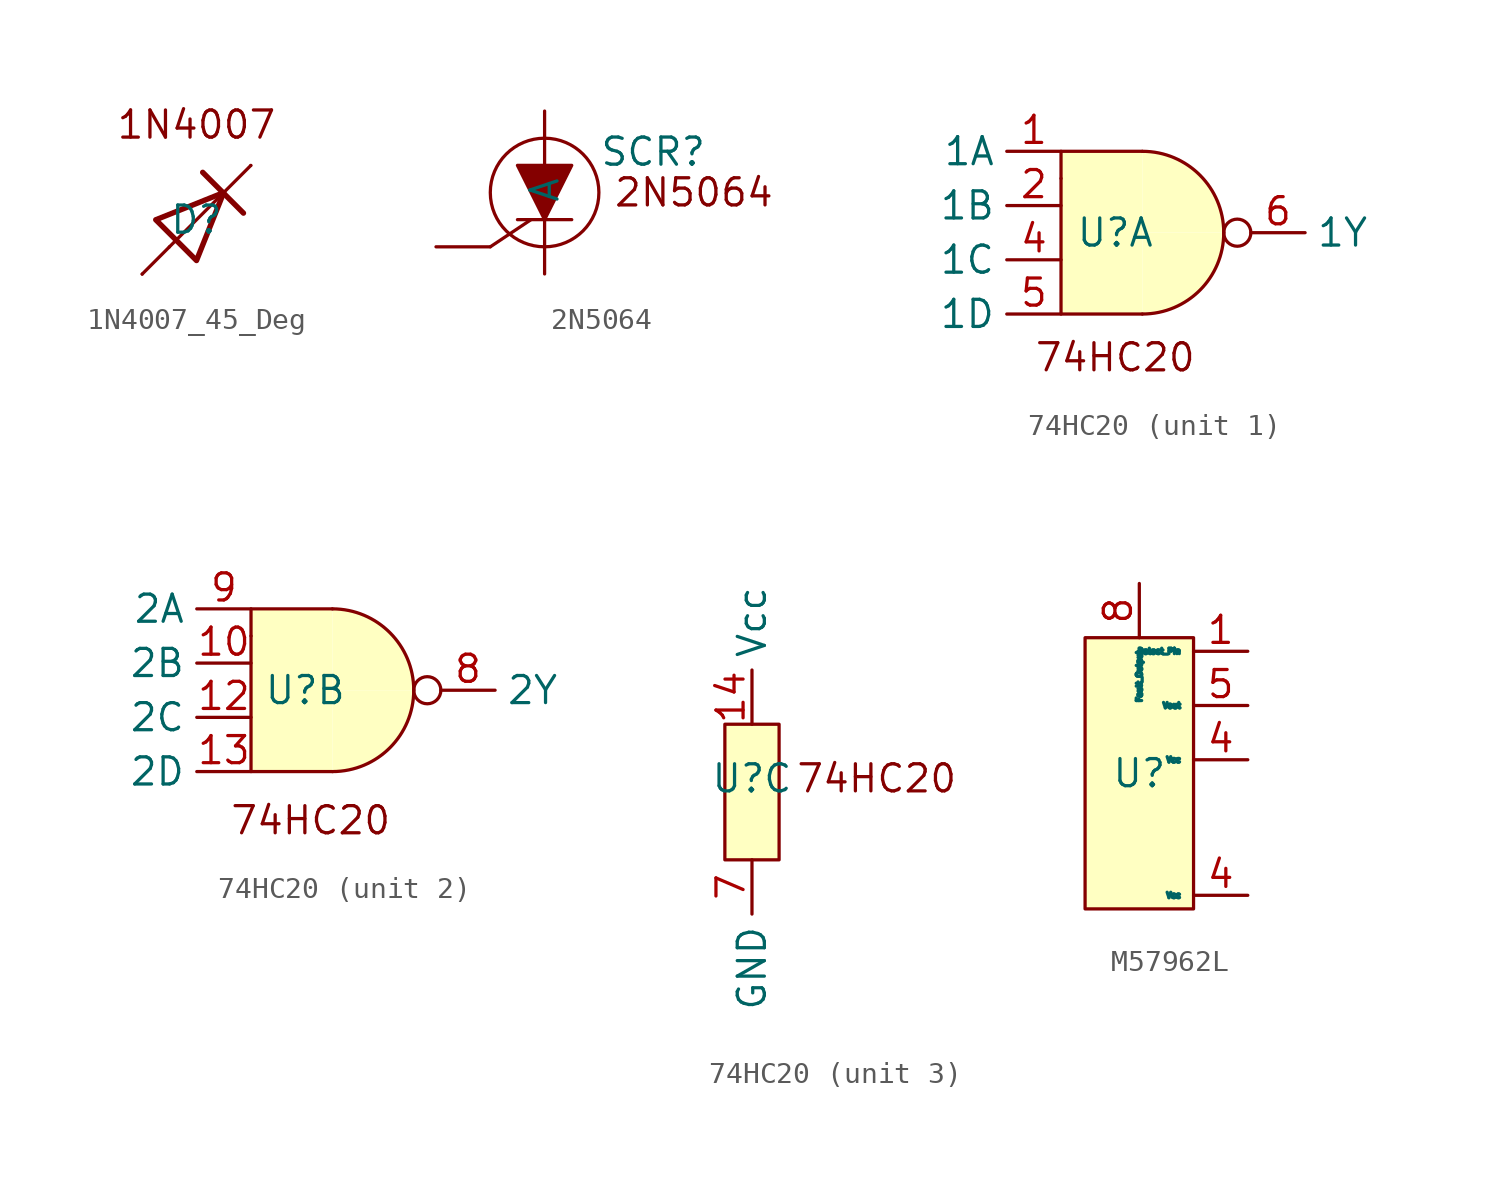
<source format=kicad_sym>
(kicad_symbol_lib
  (version 20231120)
  (generator "kicad_symbol_editor")
  (generator_version "8.0")
  (symbol "1N4007_45_Deg"
    (property "Reference" "D"
      (at 0 0 0)
      (effects (font (size 1.27 1.27))))
    (property "Value" ""
      (at -1.27 -1.27 0)
      (effects (font (size 1.27 1.27))))
    (symbol "1N4007_45_Deg_0_1"
      (polyline (pts (xy -1.27 -1.27) (xy -2.54 -2.54)) (stroke (width 0) (type default)) (fill (type none)))
      (polyline (pts (xy -1.27 -1.27) (xy 2.54 2.54)) (stroke (width 0) (type default)) (fill (type none))))
    (symbol "1N4007_45_Deg_1_1"
      (polyline (pts (xy 0.29 2.217) (xy 2.195 0.312)) (stroke (width 0.254) (type default)) (fill (type none)))
      (polyline (pts (xy -1.905 0) (xy 0 -1.905) (xy 1.27 1.27) (xy -1.905 0)) (stroke (width 0.254) (type solid)) (fill (type none)))
      (text "1N4007" (at 0 4.445 0) (effects (font (size 1.27 1.27))))
      (pin passive line (at -2.54 -2.54 180) (length 0) (name "~" (effects (font (size 1.27 1.27)))) (number "" (effects (font (size 1.27 1.27)))))
      (pin passive line (at 2.54 2.54 0) (length 0) (name "~" (effects (font (size 1.27 1.27)))) (number "" (effects (font (size 1.27 1.27)))))))
  (symbol "2N5064"
    (property "Reference" "SCR"
      (at 5.08 3.175 0)
      (effects (font (size 1.27 1.27))))
    (property "Value" ""
      (at 0 0 0)
      (effects (font (size 1.27 1.27))))
    (symbol "2N5064_0_1"
      (polyline (pts (xy -2.54 -1.27) (xy -0.635 0)) (stroke (width 0) (type default)) (fill (type none)))
      (polyline (pts (xy -1.27 0) (xy 1.27 0)) (stroke (width 0) (type default)) (fill (type none)))
      (circle (center 0 1.27) (radius 2.54) (stroke (width 0) (type default)) (fill (type none))))
    (symbol "2N5064_1_1"
      (polyline (pts (xy 0 0) (xy 1.27 2.54) (xy -1.27 2.54) (xy 0 0)) (stroke (width 0) (type default)) (fill (type outline)))
      (text "2N5064" (at 6.985 1.27 0) (effects (font (size 1.27 1.27))))
      (pin input line (at -5.08 -1.27 0) (length 2.54) (name "" (effects (font (size 1.27 1.27)))) (number "" (effects (font (size 1.27 1.27)))))
      (pin output line (at 0 -2.54 90) (length 2.54) (name "" (effects (font (size 1.27 1.27)))) (number "" (effects (font (size 1.27 1.27)))))
      (pin input line (at 0 5.08 270) (length 2.54) (name "A" (effects (font (size 1.27 1.27)))) (number "" (effects (font (size 1.27 1.27)))))))
  (symbol "74HC20"
    (property "Reference" "U"
      (at 0 0 0)
      (effects (font (size 1.27 1.27))))
    (property "Value" ""
      (at -1.27 0 0)
      (effects (font (size 1.27 1.27))))
    (property "ki_locked" ""
      (at 0 0 0)
      (effects (font (size 1.27 1.27))))
    (symbol "74HC20_1_1"
      (polyline (pts (xy -2.54 2.54) (xy -2.54 2.54)) (stroke (width 0) (type default)) (fill (type none)))
      (polyline (pts (xy 1.27 -3.81) (xy -2.54 -3.81) (xy -2.54 3.81) (xy 1.27 3.81)) (stroke (width 0) (type default)) (fill (type background)))
      (arc (start 1.27 -3.81) (mid 3.9641 -2.6941) (end 5.08 0) (stroke (width 0) (type default)) (fill (type background)))
      (arc (start 5.08 0) (mid 3.9641 2.6941) (end 1.27 3.81) (stroke (width 0) (type default)) (fill (type background)))
      (circle (center 5.715 0) (radius 0.635) (stroke (width 0) (type default)) (fill (type none)))
      (text "74HC20\n" (at 0 -5.842 0) (effects (font (size 1.27 1.27))))
      (pin input line (at -2.54 3.81 180) (length 2.54) (name "1A" (effects (font (size 1.27 1.27)))) (number "1" (effects (font (size 1.27 1.27)))))
      (pin input line (at -2.54 1.27 180) (length 2.54) (name "1B" (effects (font (size 1.27 1.27)))) (number "2" (effects (font (size 1.27 1.27)))))
      (pin input line (at -2.54 -1.27 180) (length 2.54) (name "1C" (effects (font (size 1.27 1.27)))) (number "4" (effects (font (size 1.27 1.27)))))
      (pin input line (at -2.54 -3.81 180) (length 2.54) (name "1D" (effects (font (size 1.27 1.27)))) (number "5" (effects (font (size 1.27 1.27)))))
      (pin output line (at 6.35 0 0) (length 2.54) (name "1Y" (effects (font (size 1.27 1.27)))) (number "6" (effects (font (size 1.27 1.27))))))
    (symbol "74HC20_2_1"
      (polyline (pts (xy -2.54 2.54) (xy -2.54 2.54)) (stroke (width 0) (type default)) (fill (type none)))
      (polyline (pts (xy 1.27 -3.81) (xy -2.54 -3.81) (xy -2.54 3.81) (xy 1.27 3.81)) (stroke (width 0) (type default)) (fill (type background)))
      (arc (start 1.27 -3.81) (mid 3.9641 -2.6941) (end 5.08 0) (stroke (width 0) (type default)) (fill (type background)))
      (arc (start 5.08 0) (mid 3.9641 2.6941) (end 1.27 3.81) (stroke (width 0) (type default)) (fill (type background)))
      (circle (center 5.715 0) (radius 0.635) (stroke (width 0) (type default)) (fill (type none)))
      (text "74HC20\n" (at 0.254 -6.096 0) (effects (font (size 1.27 1.27))))
      (pin input line (at -2.54 1.27 180) (length 2.54) (name "2B" (effects (font (size 1.27 1.27)))) (number "10" (effects (font (size 1.27 1.27)))))
      (pin input line (at -2.54 -1.27 180) (length 2.54) (name "2C" (effects (font (size 1.27 1.27)))) (number "12" (effects (font (size 1.27 1.27)))))
      (pin input line (at -2.54 -3.81 180) (length 2.54) (name "2D" (effects (font (size 1.27 1.27)))) (number "13" (effects (font (size 1.27 1.27)))))
      (pin output line (at 6.35 0 0) (length 2.54) (name "2Y" (effects (font (size 1.27 1.27)))) (number "8" (effects (font (size 1.27 1.27)))))
      (pin input line (at -2.54 3.81 180) (length 2.54) (name "2A" (effects (font (size 1.27 1.27)))) (number "9" (effects (font (size 1.27 1.27))))))
    (symbol "74HC20_3_1"
      (rectangle (start -1.27 2.54) (end 1.27 -3.81) (stroke (width 0) (type default)) (fill (type background)))
      (text "74HC20\n" (at 5.842 0 0) (effects (font (size 1.27 1.27))))
      (pin power_in line (at 0 2.54 90) (length 2.54) (name "Vcc" (effects (font (size 1.27 1.27)))) (number "14" (effects (font (size 1.27 1.27)))))
      (pin power_in line (at 0 -3.81 270) (length 2.54) (name "GND" (effects (font (size 1.27 1.27)))) (number "7" (effects (font (size 1.27 1.27)))))))
  (symbol "M57962L"
    (property "Reference" "U"
      (at 0 0 0)
      (effects (font (size 1.27 1.27))))
    (property "Value" ""
      (at 0 0 0)
      (effects (font (size 1.27 1.27))))
    (symbol "M57962L_1_1"
      (rectangle (start -2.54 6.35) (end 2.54 -6.35) (stroke (width 0) (type default)) (fill (type background)))
      (pin input line (at 5.08 5.715 180) (length 2.54) (name "Detect_Pin" (effects (font (size 0.254 0.254)))) (number "1" (effects (font (size 1.27 1.27)))))
      (pin power_in line (at 5.08 -5.715 180) (length 2.54) (name "Vcc" (effects (font (size 0.254 0.254)))) (number "4" (effects (font (size 1.27 1.27)))))
      (pin power_in line (at 5.08 0.635 180) (length 2.54) (name "Vcc" (effects (font (size 0.254 0.254)))) (number "4" (effects (font (size 1.27 1.27)))))
      (pin power_out line (at 5.08 3.175 180) (length 2.54) (name "Vout" (effects (font (size 0.254 0.254)))) (number "5" (effects (font (size 1.27 1.27)))))
      (pin output line (at 0 8.89 270) (length 2.54) (name "Fault_Output" (effects (font (size 0.254 0.254)))) (number "8" (effects (font (size 1.27 1.27))))))))
</source>
